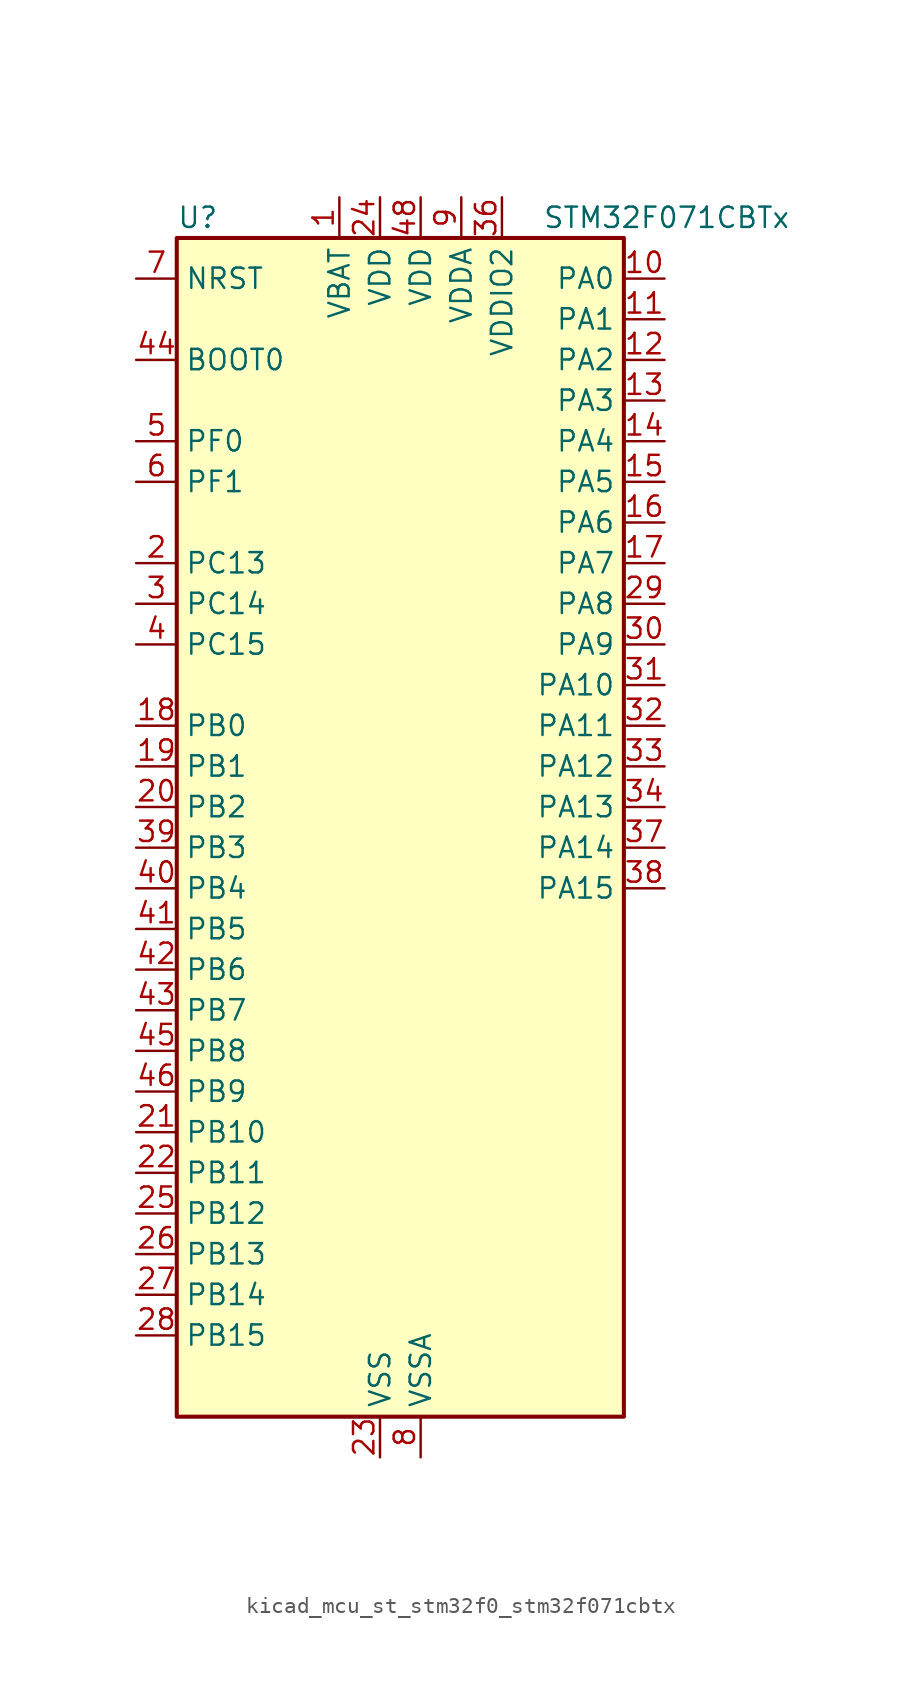
<source format=kicad_sym>
(kicad_symbol_lib
  (version 20220914)
  (generator kicad_symbol_editor)
  (symbol "kicad_mcu_st_stm32f0_stm32f071cbtx"
    (property "Reference" "U"
      (at -12.7 39.37 0)
      (effects (font (size 1.27 1.27)) (justify left)))
    (property "Value" "STM32F071CBTx"
      (at 10.16 39.37 0)
      (effects (font (size 1.27 1.27)) (justify left)))
    (property "ki_locked" ""
      (at 0 0 0)
      (effects (font (size 1.27 1.27))))
    (symbol "kicad_mcu_st_stm32f0_stm32f071cbtx_0_1"
      (rectangle (start -12.7 -35.56) (end 15.24 38.1) (stroke (width 0.254) (type default)) (fill (type background))))
    (symbol "kicad_mcu_st_stm32f0_stm32f071cbtx_1_1"
      (pin power_in line (at -2.54 40.64 270) (length 2.54) (name "VBAT" (effects (font (size 1.27 1.27)))) (number "1" (effects (font (size 1.27 1.27)))))
      (pin bidirectional line (at 17.78 35.56 180) (length 2.54) (name "PA0" (effects (font (size 1.27 1.27)))) (number "10" (effects (font (size 1.27 1.27)))) (alternate "ADC_IN0" bidirectional line) (alternate "COMP1_INM" bidirectional line) (alternate "COMP1_OUT" bidirectional line) (alternate "RTC_TAMP2" bidirectional line) (alternate "SYS_WKUP1" bidirectional line) (alternate "TIM2_CH1" bidirectional line) (alternate "TIM2_ETR" bidirectional line) (alternate "TSC_G1_IO1" bidirectional line) (alternate "USART2_CTS" bidirectional line) (alternate "USART4_TX" bidirectional line))
      (pin bidirectional line (at 17.78 33.02 180) (length 2.54) (name "PA1" (effects (font (size 1.27 1.27)))) (number "11" (effects (font (size 1.27 1.27)))) (alternate "ADC_IN1" bidirectional line) (alternate "COMP1_INP" bidirectional line) (alternate "TIM15_CH1N" bidirectional line) (alternate "TIM2_CH2" bidirectional line) (alternate "TSC_G1_IO2" bidirectional line) (alternate "USART2_DE" bidirectional line) (alternate "USART2_RTS" bidirectional line) (alternate "USART4_RX" bidirectional line))
      (pin bidirectional line (at 17.78 30.48 180) (length 2.54) (name "PA2" (effects (font (size 1.27 1.27)))) (number "12" (effects (font (size 1.27 1.27)))) (alternate "ADC_IN2" bidirectional line) (alternate "COMP2_INM" bidirectional line) (alternate "COMP2_OUT" bidirectional line) (alternate "SYS_WKUP4" bidirectional line) (alternate "TIM15_CH1" bidirectional line) (alternate "TIM2_CH3" bidirectional line) (alternate "TSC_G1_IO3" bidirectional line) (alternate "USART2_TX" bidirectional line))
      (pin bidirectional line (at 17.78 27.94 180) (length 2.54) (name "PA3" (effects (font (size 1.27 1.27)))) (number "13" (effects (font (size 1.27 1.27)))) (alternate "ADC_IN3" bidirectional line) (alternate "COMP2_INP" bidirectional line) (alternate "TIM15_CH2" bidirectional line) (alternate "TIM2_CH4" bidirectional line) (alternate "TSC_G1_IO4" bidirectional line) (alternate "USART2_RX" bidirectional line))
      (pin bidirectional line (at 17.78 25.4 180) (length 2.54) (name "PA4" (effects (font (size 1.27 1.27)))) (number "14" (effects (font (size 1.27 1.27)))) (alternate "ADC_IN4" bidirectional line) (alternate "COMP1_INM" bidirectional line) (alternate "COMP2_INM" bidirectional line) (alternate "DAC_OUT1" bidirectional line) (alternate "I2S1_WS" bidirectional line) (alternate "SPI1_NSS" bidirectional line) (alternate "TIM14_CH1" bidirectional line) (alternate "TSC_G2_IO1" bidirectional line) (alternate "USART2_CK" bidirectional line))
      (pin bidirectional line (at 17.78 22.86 180) (length 2.54) (name "PA5" (effects (font (size 1.27 1.27)))) (number "15" (effects (font (size 1.27 1.27)))) (alternate "ADC_IN5" bidirectional line) (alternate "CEC" bidirectional line) (alternate "COMP1_INM" bidirectional line) (alternate "COMP2_INM" bidirectional line) (alternate "DAC_OUT2" bidirectional line) (alternate "I2S1_CK" bidirectional line) (alternate "SPI1_SCK" bidirectional line) (alternate "TIM2_CH1" bidirectional line) (alternate "TIM2_ETR" bidirectional line) (alternate "TSC_G2_IO2" bidirectional line))
      (pin bidirectional line (at 17.78 20.32 180) (length 2.54) (name "PA6" (effects (font (size 1.27 1.27)))) (number "16" (effects (font (size 1.27 1.27)))) (alternate "ADC_IN6" bidirectional line) (alternate "COMP1_OUT" bidirectional line) (alternate "I2S1_MCK" bidirectional line) (alternate "SPI1_MISO" bidirectional line) (alternate "TIM16_CH1" bidirectional line) (alternate "TIM1_BKIN" bidirectional line) (alternate "TIM3_CH1" bidirectional line) (alternate "TSC_G2_IO3" bidirectional line) (alternate "USART3_CTS" bidirectional line))
      (pin bidirectional line (at 17.78 17.78 180) (length 2.54) (name "PA7" (effects (font (size 1.27 1.27)))) (number "17" (effects (font (size 1.27 1.27)))) (alternate "ADC_IN7" bidirectional line) (alternate "COMP2_OUT" bidirectional line) (alternate "I2S1_SD" bidirectional line) (alternate "SPI1_MOSI" bidirectional line) (alternate "TIM14_CH1" bidirectional line) (alternate "TIM17_CH1" bidirectional line) (alternate "TIM1_CH1N" bidirectional line) (alternate "TIM3_CH2" bidirectional line) (alternate "TSC_G2_IO4" bidirectional line))
      (pin bidirectional line (at -15.24 7.62 0) (length 2.54) (name "PB0" (effects (font (size 1.27 1.27)))) (number "18" (effects (font (size 1.27 1.27)))) (alternate "ADC_IN8" bidirectional line) (alternate "TIM1_CH2N" bidirectional line) (alternate "TIM3_CH3" bidirectional line) (alternate "TSC_G3_IO2" bidirectional line) (alternate "USART3_CK" bidirectional line))
      (pin bidirectional line (at -15.24 5.08 0) (length 2.54) (name "PB1" (effects (font (size 1.27 1.27)))) (number "19" (effects (font (size 1.27 1.27)))) (alternate "ADC_IN9" bidirectional line) (alternate "TIM14_CH1" bidirectional line) (alternate "TIM1_CH3N" bidirectional line) (alternate "TIM3_CH4" bidirectional line) (alternate "TSC_G3_IO3" bidirectional line) (alternate "USART3_DE" bidirectional line) (alternate "USART3_RTS" bidirectional line))
      (pin bidirectional line (at -15.24 17.78 0) (length 2.54) (name "PC13" (effects (font (size 1.27 1.27)))) (number "2" (effects (font (size 1.27 1.27)))) (alternate "RTC_OUT_ALARM" bidirectional line) (alternate "RTC_OUT_CALIB" bidirectional line) (alternate "RTC_TAMP1" bidirectional line) (alternate "RTC_TS" bidirectional line) (alternate "SYS_WKUP2" bidirectional line))
      (pin bidirectional line (at -15.24 2.54 0) (length 2.54) (name "PB2" (effects (font (size 1.27 1.27)))) (number "20" (effects (font (size 1.27 1.27)))) (alternate "TSC_G3_IO4" bidirectional line))
      (pin bidirectional line (at -15.24 -17.78 0) (length 2.54) (name "PB10" (effects (font (size 1.27 1.27)))) (number "21" (effects (font (size 1.27 1.27)))) (alternate "CEC" bidirectional line) (alternate "I2C2_SCL" bidirectional line) (alternate "I2S2_CK" bidirectional line) (alternate "SPI2_SCK" bidirectional line) (alternate "TIM2_CH3" bidirectional line) (alternate "TSC_SYNC" bidirectional line) (alternate "USART3_TX" bidirectional line))
      (pin bidirectional line (at -15.24 -20.32 0) (length 2.54) (name "PB11" (effects (font (size 1.27 1.27)))) (number "22" (effects (font (size 1.27 1.27)))) (alternate "I2C2_SDA" bidirectional line) (alternate "TIM2_CH4" bidirectional line) (alternate "TSC_G6_IO1" bidirectional line) (alternate "USART3_RX" bidirectional line))
      (pin power_in line (at 0 -38.1 90) (length 2.54) (name "VSS" (effects (font (size 1.27 1.27)))) (number "23" (effects (font (size 1.27 1.27)))))
      (pin power_in line (at 0 40.64 270) (length 2.54) (name "VDD" (effects (font (size 1.27 1.27)))) (number "24" (effects (font (size 1.27 1.27)))))
      (pin bidirectional line (at -15.24 -22.86 0) (length 2.54) (name "PB12" (effects (font (size 1.27 1.27)))) (number "25" (effects (font (size 1.27 1.27)))) (alternate "I2S2_WS" bidirectional line) (alternate "SPI2_NSS" bidirectional line) (alternate "TIM15_BKIN" bidirectional line) (alternate "TIM1_BKIN" bidirectional line) (alternate "TSC_G6_IO2" bidirectional line) (alternate "USART3_CK" bidirectional line))
      (pin bidirectional line (at -15.24 -25.4 0) (length 2.54) (name "PB13" (effects (font (size 1.27 1.27)))) (number "26" (effects (font (size 1.27 1.27)))) (alternate "I2C2_SCL" bidirectional line) (alternate "I2S2_CK" bidirectional line) (alternate "SPI2_SCK" bidirectional line) (alternate "TIM1_CH1N" bidirectional line) (alternate "TSC_G6_IO3" bidirectional line) (alternate "USART3_CTS" bidirectional line))
      (pin bidirectional line (at -15.24 -27.94 0) (length 2.54) (name "PB14" (effects (font (size 1.27 1.27)))) (number "27" (effects (font (size 1.27 1.27)))) (alternate "I2C2_SDA" bidirectional line) (alternate "I2S2_MCK" bidirectional line) (alternate "SPI2_MISO" bidirectional line) (alternate "TIM15_CH1" bidirectional line) (alternate "TIM1_CH2N" bidirectional line) (alternate "TSC_G6_IO4" bidirectional line) (alternate "USART3_DE" bidirectional line) (alternate "USART3_RTS" bidirectional line))
      (pin bidirectional line (at -15.24 -30.48 0) (length 2.54) (name "PB15" (effects (font (size 1.27 1.27)))) (number "28" (effects (font (size 1.27 1.27)))) (alternate "I2S2_SD" bidirectional line) (alternate "RTC_REFIN" bidirectional line) (alternate "SPI2_MOSI" bidirectional line) (alternate "SYS_WKUP7" bidirectional line) (alternate "TIM15_CH1N" bidirectional line) (alternate "TIM15_CH2" bidirectional line) (alternate "TIM1_CH3N" bidirectional line))
      (pin bidirectional line (at 17.78 15.24 180) (length 2.54) (name "PA8" (effects (font (size 1.27 1.27)))) (number "29" (effects (font (size 1.27 1.27)))) (alternate "CRS_SYNC" bidirectional line) (alternate "RCC_MCO" bidirectional line) (alternate "TIM1_CH1" bidirectional line) (alternate "USART1_CK" bidirectional line))
      (pin bidirectional line (at -15.24 15.24 0) (length 2.54) (name "PC14" (effects (font (size 1.27 1.27)))) (number "3" (effects (font (size 1.27 1.27)))) (alternate "RCC_OSC32_IN" bidirectional line))
      (pin bidirectional line (at 17.78 12.7 180) (length 2.54) (name "PA9" (effects (font (size 1.27 1.27)))) (number "30" (effects (font (size 1.27 1.27)))) (alternate "DAC_EXTI9" bidirectional line) (alternate "TIM15_BKIN" bidirectional line) (alternate "TIM1_CH2" bidirectional line) (alternate "TSC_G4_IO1" bidirectional line) (alternate "USART1_TX" bidirectional line))
      (pin bidirectional line (at 17.78 10.16 180) (length 2.54) (name "PA10" (effects (font (size 1.27 1.27)))) (number "31" (effects (font (size 1.27 1.27)))) (alternate "TIM17_BKIN" bidirectional line) (alternate "TIM1_CH3" bidirectional line) (alternate "TSC_G4_IO2" bidirectional line) (alternate "USART1_RX" bidirectional line))
      (pin bidirectional line (at 17.78 7.62 180) (length 2.54) (name "PA11" (effects (font (size 1.27 1.27)))) (number "32" (effects (font (size 1.27 1.27)))) (alternate "COMP1_OUT" bidirectional line) (alternate "TIM1_CH4" bidirectional line) (alternate "TSC_G4_IO3" bidirectional line) (alternate "USART1_CTS" bidirectional line))
      (pin bidirectional line (at 17.78 5.08 180) (length 2.54) (name "PA12" (effects (font (size 1.27 1.27)))) (number "33" (effects (font (size 1.27 1.27)))) (alternate "COMP2_OUT" bidirectional line) (alternate "TIM1_ETR" bidirectional line) (alternate "TSC_G4_IO4" bidirectional line) (alternate "USART1_DE" bidirectional line) (alternate "USART1_RTS" bidirectional line))
      (pin bidirectional line (at 17.78 2.54 180) (length 2.54) (name "PA13" (effects (font (size 1.27 1.27)))) (number "34" (effects (font (size 1.27 1.27)))) (alternate "IR_OUT" bidirectional line) (alternate "SYS_SWDIO" bidirectional line))
      (pin passive line (at 0 -38.1 90) (length 2.54) hide (name "VSS" (effects (font (size 1.27 1.27)))) (number "35" (effects (font (size 1.27 1.27)))))
      (pin power_in line (at 7.62 40.64 270) (length 2.54) (name "VDDIO2" (effects (font (size 1.27 1.27)))) (number "36" (effects (font (size 1.27 1.27)))))
      (pin bidirectional line (at 17.78 0 180) (length 2.54) (name "PA14" (effects (font (size 1.27 1.27)))) (number "37" (effects (font (size 1.27 1.27)))) (alternate "SYS_SWCLK" bidirectional line) (alternate "USART2_TX" bidirectional line))
      (pin bidirectional line (at 17.78 -2.54 180) (length 2.54) (name "PA15" (effects (font (size 1.27 1.27)))) (number "38" (effects (font (size 1.27 1.27)))) (alternate "I2S1_WS" bidirectional line) (alternate "SPI1_NSS" bidirectional line) (alternate "TIM2_CH1" bidirectional line) (alternate "TIM2_ETR" bidirectional line) (alternate "USART2_RX" bidirectional line) (alternate "USART4_DE" bidirectional line) (alternate "USART4_RTS" bidirectional line))
      (pin bidirectional line (at -15.24 0 0) (length 2.54) (name "PB3" (effects (font (size 1.27 1.27)))) (number "39" (effects (font (size 1.27 1.27)))) (alternate "I2S1_CK" bidirectional line) (alternate "SPI1_SCK" bidirectional line) (alternate "TIM2_CH2" bidirectional line) (alternate "TSC_G5_IO1" bidirectional line))
      (pin bidirectional line (at -15.24 12.7 0) (length 2.54) (name "PC15" (effects (font (size 1.27 1.27)))) (number "4" (effects (font (size 1.27 1.27)))) (alternate "RCC_OSC32_OUT" bidirectional line))
      (pin bidirectional line (at -15.24 -2.54 0) (length 2.54) (name "PB4" (effects (font (size 1.27 1.27)))) (number "40" (effects (font (size 1.27 1.27)))) (alternate "I2S1_MCK" bidirectional line) (alternate "SPI1_MISO" bidirectional line) (alternate "TIM17_BKIN" bidirectional line) (alternate "TIM3_CH1" bidirectional line) (alternate "TSC_G5_IO2" bidirectional line))
      (pin bidirectional line (at -15.24 -5.08 0) (length 2.54) (name "PB5" (effects (font (size 1.27 1.27)))) (number "41" (effects (font (size 1.27 1.27)))) (alternate "I2C1_SMBA" bidirectional line) (alternate "I2S1_SD" bidirectional line) (alternate "SPI1_MOSI" bidirectional line) (alternate "SYS_WKUP6" bidirectional line) (alternate "TIM16_BKIN" bidirectional line) (alternate "TIM3_CH2" bidirectional line))
      (pin bidirectional line (at -15.24 -7.62 0) (length 2.54) (name "PB6" (effects (font (size 1.27 1.27)))) (number "42" (effects (font (size 1.27 1.27)))) (alternate "I2C1_SCL" bidirectional line) (alternate "TIM16_CH1N" bidirectional line) (alternate "TSC_G5_IO3" bidirectional line) (alternate "USART1_TX" bidirectional line))
      (pin bidirectional line (at -15.24 -10.16 0) (length 2.54) (name "PB7" (effects (font (size 1.27 1.27)))) (number "43" (effects (font (size 1.27 1.27)))) (alternate "I2C1_SDA" bidirectional line) (alternate "TIM17_CH1N" bidirectional line) (alternate "TSC_G5_IO4" bidirectional line) (alternate "USART1_RX" bidirectional line) (alternate "USART4_CTS" bidirectional line))
      (pin input line (at -15.24 30.48 0) (length 2.54) (name "BOOT0" (effects (font (size 1.27 1.27)))) (number "44" (effects (font (size 1.27 1.27)))))
      (pin bidirectional line (at -15.24 -12.7 0) (length 2.54) (name "PB8" (effects (font (size 1.27 1.27)))) (number "45" (effects (font (size 1.27 1.27)))) (alternate "CEC" bidirectional line) (alternate "I2C1_SCL" bidirectional line) (alternate "TIM16_CH1" bidirectional line) (alternate "TSC_SYNC" bidirectional line))
      (pin bidirectional line (at -15.24 -15.24 0) (length 2.54) (name "PB9" (effects (font (size 1.27 1.27)))) (number "46" (effects (font (size 1.27 1.27)))) (alternate "DAC_EXTI9" bidirectional line) (alternate "I2C1_SDA" bidirectional line) (alternate "I2S2_WS" bidirectional line) (alternate "IR_OUT" bidirectional line) (alternate "SPI2_NSS" bidirectional line) (alternate "TIM17_CH1" bidirectional line))
      (pin passive line (at 0 -38.1 90) (length 2.54) hide (name "VSS" (effects (font (size 1.27 1.27)))) (number "47" (effects (font (size 1.27 1.27)))))
      (pin power_in line (at 2.54 40.64 270) (length 2.54) (name "VDD" (effects (font (size 1.27 1.27)))) (number "48" (effects (font (size 1.27 1.27)))))
      (pin bidirectional line (at -15.24 25.4 0) (length 2.54) (name "PF0" (effects (font (size 1.27 1.27)))) (number "5" (effects (font (size 1.27 1.27)))) (alternate "CRS_SYNC" bidirectional line) (alternate "RCC_OSC_IN" bidirectional line))
      (pin bidirectional line (at -15.24 22.86 0) (length 2.54) (name "PF1" (effects (font (size 1.27 1.27)))) (number "6" (effects (font (size 1.27 1.27)))) (alternate "RCC_OSC_OUT" bidirectional line))
      (pin input line (at -15.24 35.56 0) (length 2.54) (name "NRST" (effects (font (size 1.27 1.27)))) (number "7" (effects (font (size 1.27 1.27)))))
      (pin power_in line (at 2.54 -38.1 90) (length 2.54) (name "VSSA" (effects (font (size 1.27 1.27)))) (number "8" (effects (font (size 1.27 1.27)))))
      (pin power_in line (at 5.08 40.64 270) (length 2.54) (name "VDDA" (effects (font (size 1.27 1.27)))) (number "9" (effects (font (size 1.27 1.27))))))))
</source>
